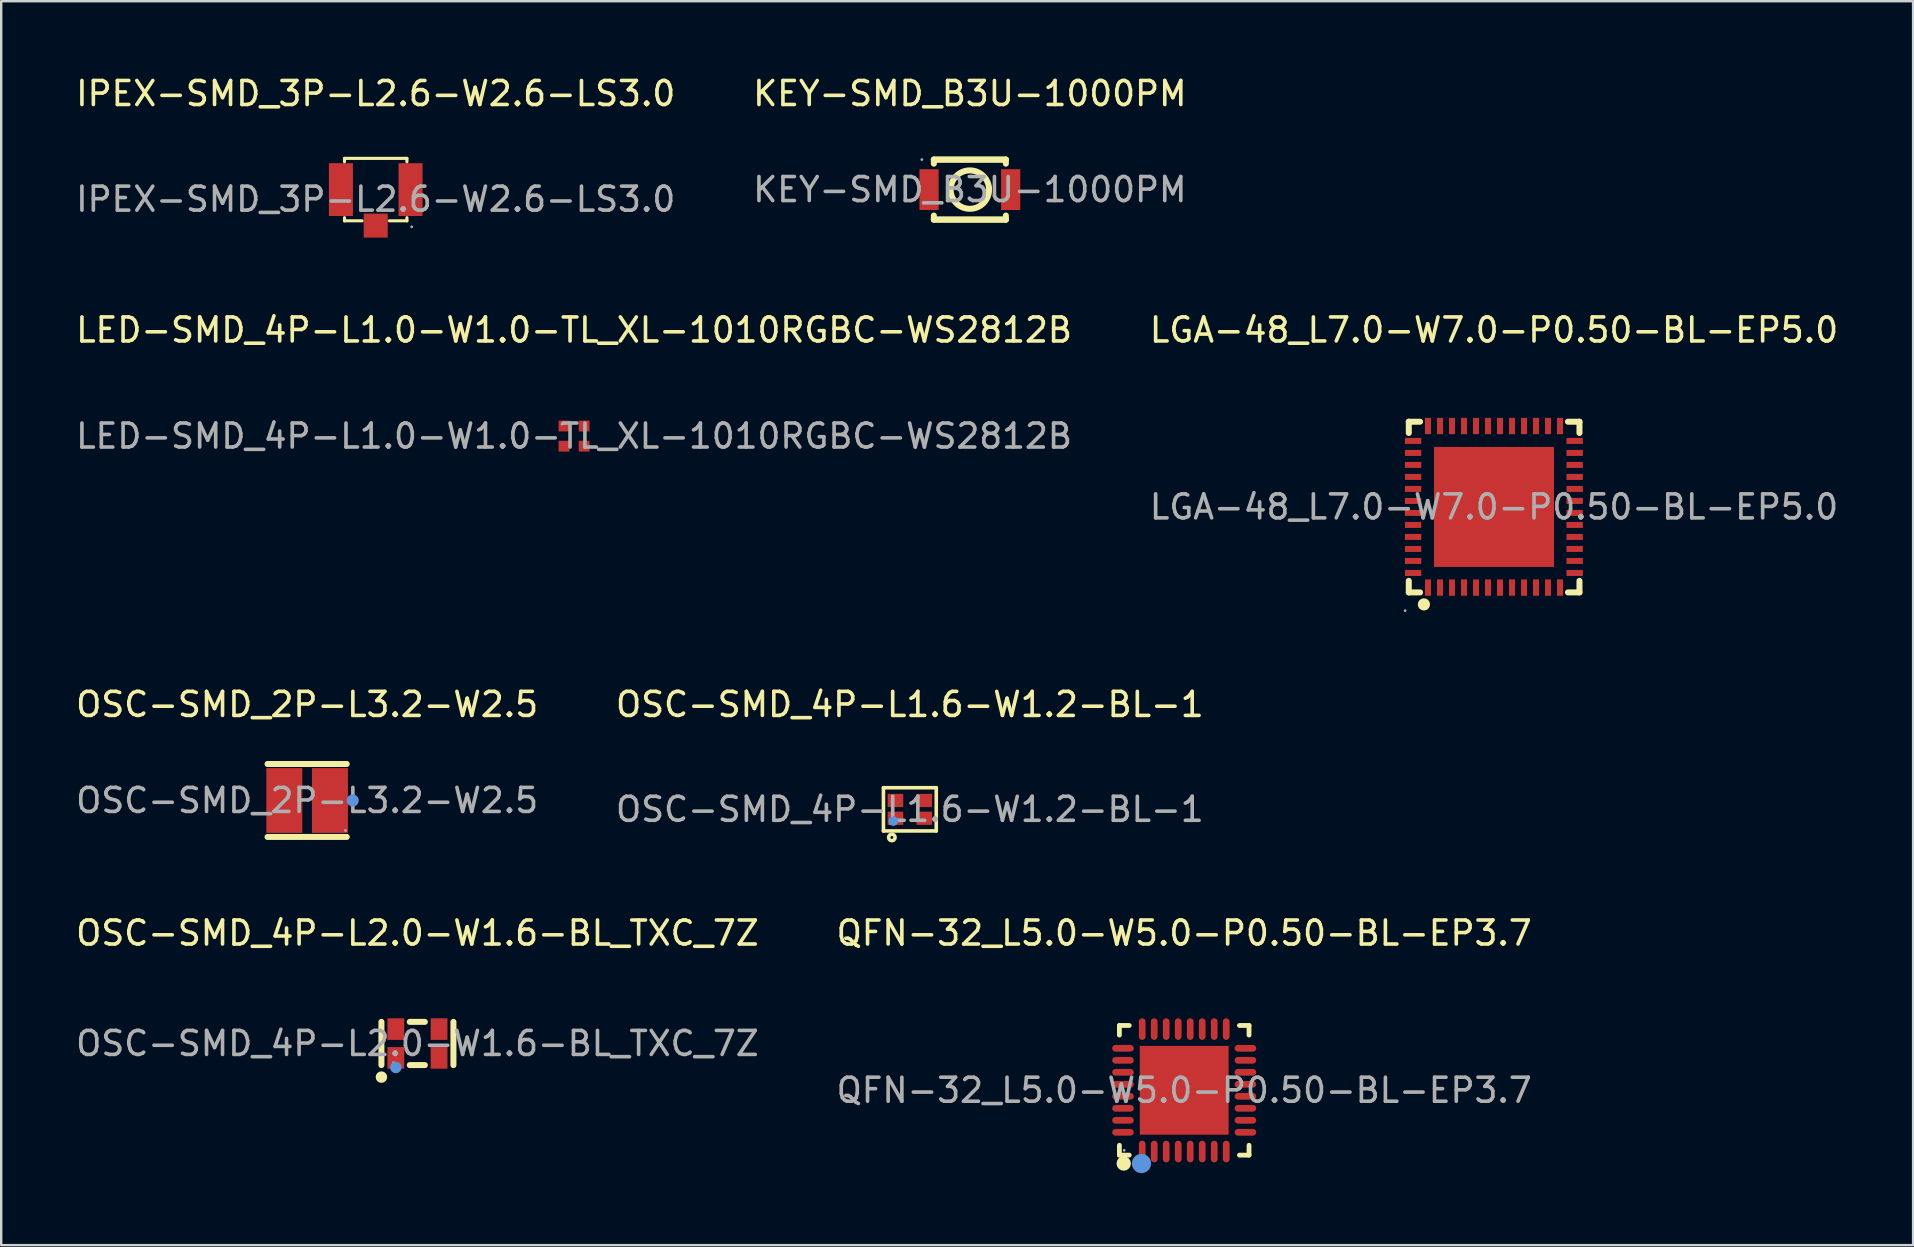
<source format=kicad_pcb>
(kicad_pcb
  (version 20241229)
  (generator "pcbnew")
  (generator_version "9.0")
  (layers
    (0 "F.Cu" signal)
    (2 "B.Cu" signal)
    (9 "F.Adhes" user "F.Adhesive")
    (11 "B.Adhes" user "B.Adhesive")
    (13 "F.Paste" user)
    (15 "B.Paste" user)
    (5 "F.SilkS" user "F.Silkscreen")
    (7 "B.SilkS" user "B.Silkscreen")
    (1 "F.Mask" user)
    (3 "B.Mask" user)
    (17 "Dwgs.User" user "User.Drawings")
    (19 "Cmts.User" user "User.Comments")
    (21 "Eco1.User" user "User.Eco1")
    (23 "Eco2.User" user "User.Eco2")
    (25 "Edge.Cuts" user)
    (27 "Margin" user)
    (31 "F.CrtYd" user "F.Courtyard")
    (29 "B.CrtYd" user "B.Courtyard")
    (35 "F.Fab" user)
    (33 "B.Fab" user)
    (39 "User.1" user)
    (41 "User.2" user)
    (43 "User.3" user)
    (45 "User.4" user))
  (footprint "LGA-48_L7.0-W7.0-P0.50-BL-EP5.0"
    (layer "F.Cu")
    (at 59.185 18.067)
    (property "Reference" "LGA-48_L7.0-W7.0-P0.50-BL-EP5.0" (at 0 -7.37 0) (layer "F.SilkS") (effects (font (size 1 1) (thickness 0.15))))
    (attr smd)
    (fp_line (start -3.55 -3.55) (end -3.55 -3.08) (stroke (width 0.25) (type solid)) (layer "F.SilkS"))
    (fp_line (start -3.55 3.08) (end -3.55 3.56) (stroke (width 0.25) (type solid)) (layer "F.SilkS"))
    (fp_line (start -3.55 3.56) (end -3.08 3.56) (stroke (width 0.25) (type solid)) (layer "F.SilkS"))
    (fp_line (start -3.08 -3.55) (end -3.55 -3.55) (stroke (width 0.25) (type solid)) (layer "F.SilkS"))
    (fp_line (start 3.08 3.56) (end 3.56 3.56) (stroke (width 0.25) (type solid)) (layer "F.SilkS"))
    (fp_line (start 3.56 -3.55) (end 3.08 -3.55) (stroke (width 0.25) (type solid)) (layer "F.SilkS"))
    (fp_line (start 3.56 -3.08) (end 3.56 -3.55) (stroke (width 0.25) (type solid)) (layer "F.SilkS"))
    (fp_line (start 3.56 3.56) (end 3.56 3.08) (stroke (width 0.25) (type solid)) (layer "F.SilkS"))
    (fp_circle (center -2.92 4.06) (end -2.79 4.06) (stroke (width 0.25) (type solid)) (fill no) (layer "F.SilkS"))
    (fp_circle (center -3.7 4.32) (end -3.67 4.32) (stroke (width 0.06) (type solid)) (fill no) (layer "F.Fab"))
    (fp_text user "${REFERENCE}" (at 0 0 0) (layer "F.Fab") (effects (font (size 1 1) (thickness 0.15))))
    (pad "1" smd rect (at -2.75 3.36) (size 0.25 0.68) (layers "F.Cu" "F.Mask" "F.Paste"))
    (pad "2" smd rect (at -2.25 3.36) (size 0.25 0.68) (layers "F.Cu" "F.Mask" "F.Paste"))
    (pad "3" smd rect (at -1.75 3.36) (size 0.25 0.68) (layers "F.Cu" "F.Mask" "F.Paste"))
    (pad "4" smd rect (at -1.25 3.36) (size 0.25 0.68) (layers "F.Cu" "F.Mask" "F.Paste"))
    (pad "5" smd rect (at -0.75 3.36) (size 0.25 0.68) (layers "F.Cu" "F.Mask" "F.Paste"))
    (pad "6" smd rect (at -0.25 3.36) (size 0.25 0.68) (layers "F.Cu" "F.Mask" "F.Paste"))
    (pad "7" smd rect (at 0.25 3.36) (size 0.25 0.68) (layers "F.Cu" "F.Mask" "F.Paste"))
    (pad "8" smd rect (at 0.75 3.36) (size 0.25 0.68) (layers "F.Cu" "F.Mask" "F.Paste"))
    (pad "9" smd rect (at 1.25 3.36) (size 0.25 0.68) (layers "F.Cu" "F.Mask" "F.Paste"))
    (pad "10" smd rect (at 1.75 3.36) (size 0.25 0.68) (layers "F.Cu" "F.Mask" "F.Paste"))
    (pad "11" smd rect (at 2.25 3.36) (size 0.25 0.68) (layers "F.Cu" "F.Mask" "F.Paste"))
    (pad "12" smd rect (at 2.75 3.36) (size 0.25 0.68) (layers "F.Cu" "F.Mask" "F.Paste"))
    (pad "13" smd rect (at 3.36 2.75 90) (size 0.25 0.68) (layers "F.Cu" "F.Mask" "F.Paste"))
    (pad "14" smd rect (at 3.36 2.25 90) (size 0.25 0.68) (layers "F.Cu" "F.Mask" "F.Paste"))
    (pad "15" smd rect (at 3.36 1.75 90) (size 0.25 0.68) (layers "F.Cu" "F.Mask" "F.Paste"))
    (pad "16" smd rect (at 3.36 1.25 90) (size 0.25 0.68) (layers "F.Cu" "F.Mask" "F.Paste"))
    (pad "17" smd rect (at 3.36 0.75 90) (size 0.25 0.68) (layers "F.Cu" "F.Mask" "F.Paste"))
    (pad "18" smd rect (at 3.36 0.25 90) (size 0.25 0.68) (layers "F.Cu" "F.Mask" "F.Paste"))
    (pad "19" smd rect (at 3.36 -0.25 90) (size 0.25 0.68) (layers "F.Cu" "F.Mask" "F.Paste"))
    (pad "20" smd rect (at 3.36 -0.75 90) (size 0.25 0.68) (layers "F.Cu" "F.Mask" "F.Paste"))
    (pad "21" smd rect (at 3.36 -1.25 90) (size 0.25 0.68) (layers "F.Cu" "F.Mask" "F.Paste"))
    (pad "22" smd rect (at 3.36 -1.75 90) (size 0.25 0.68) (layers "F.Cu" "F.Mask" "F.Paste"))
    (pad "23" smd rect (at 3.36 -2.25 90) (size 0.25 0.68) (layers "F.Cu" "F.Mask" "F.Paste"))
    (pad "24" smd rect (at 3.36 -2.75 90) (size 0.25 0.68) (layers "F.Cu" "F.Mask" "F.Paste"))
    (pad "25" smd rect (at 2.75 -3.37 180) (size 0.25 0.68) (layers "F.Cu" "F.Mask" "F.Paste"))
    (pad "26" smd rect (at 2.25 -3.37 180) (size 0.25 0.68) (layers "F.Cu" "F.Mask" "F.Paste"))
    (pad "27" smd rect (at 1.75 -3.37 180) (size 0.25 0.68) (layers "F.Cu" "F.Mask" "F.Paste"))
    (pad "28" smd rect (at 1.25 -3.37 180) (size 0.25 0.68) (layers "F.Cu" "F.Mask" "F.Paste"))
    (pad "29" smd rect (at 0.75 -3.37 180) (size 0.25 0.68) (layers "F.Cu" "F.Mask" "F.Paste"))
    (pad "30" smd rect (at 0.25 -3.37 180) (size 0.25 0.68) (layers "F.Cu" "F.Mask" "F.Paste"))
    (pad "31" smd rect (at -0.25 -3.37 180) (size 0.25 0.68) (layers "F.Cu" "F.Mask" "F.Paste"))
    (pad "32" smd rect (at -0.75 -3.37 180) (size 0.25 0.68) (layers "F.Cu" "F.Mask" "F.Paste"))
    (pad "33" smd rect (at -1.25 -3.37 180) (size 0.25 0.68) (layers "F.Cu" "F.Mask" "F.Paste"))
    (pad "34" smd rect (at -1.75 -3.37 180) (size 0.25 0.68) (layers "F.Cu" "F.Mask" "F.Paste"))
    (pad "35" smd rect (at -2.25 -3.37 180) (size 0.25 0.68) (layers "F.Cu" "F.Mask" "F.Paste"))
    (pad "36" smd rect (at -2.75 -3.37 180) (size 0.25 0.68) (layers "F.Cu" "F.Mask" "F.Paste"))
    (pad "37" smd rect (at -3.37 -2.75 270) (size 0.25 0.68) (layers "F.Cu" "F.Mask" "F.Paste"))
    (pad "38" smd rect (at -3.37 -2.25 270) (size 0.25 0.68) (layers "F.Cu" "F.Mask" "F.Paste"))
    (pad "39" smd rect (at -3.37 -1.75 270) (size 0.25 0.68) (layers "F.Cu" "F.Mask" "F.Paste"))
    (pad "40" smd rect (at -3.37 -1.25 270) (size 0.25 0.68) (layers "F.Cu" "F.Mask" "F.Paste"))
    (pad "41" smd rect (at -3.37 -0.75 270) (size 0.25 0.68) (layers "F.Cu" "F.Mask" "F.Paste"))
    (pad "42" smd rect (at -3.37 -0.25 270) (size 0.25 0.68) (layers "F.Cu" "F.Mask" "F.Paste"))
    (pad "43" smd rect (at -3.37 0.25 270) (size 0.25 0.68) (layers "F.Cu" "F.Mask" "F.Paste"))
    (pad "44" smd rect (at -3.37 0.75 270) (size 0.25 0.68) (layers "F.Cu" "F.Mask" "F.Paste"))
    (pad "45" smd rect (at -3.37 1.25 270) (size 0.25 0.68) (layers "F.Cu" "F.Mask" "F.Paste"))
    (pad "46" smd rect (at -3.37 1.75 270) (size 0.25 0.68) (layers "F.Cu" "F.Mask" "F.Paste"))
    (pad "47" smd rect (at -3.37 2.25 270) (size 0.25 0.68) (layers "F.Cu" "F.Mask" "F.Paste"))
    (pad "48" smd rect (at -3.37 2.75 270) (size 0.25 0.68) (layers "F.Cu" "F.Mask" "F.Paste"))
    (pad "49" smd rect (at 0 0 180) (size 5 5) (layers "F.Cu" "F.Mask" "F.Paste")))
  (footprint "LED-SMD_4P-L1.0-W1.0-TL_XL-1010RGBC-WS2812B"
    (layer "F.Cu")
    (at 20.863 15.117)
    (property "Reference" "LED-SMD_4P-L1.0-W1.0-TL_XL-1010RGBC-WS2812B" (at 0 -4.42 0) (layer "F.SilkS") (effects (font (size 1 1) (thickness 0.15))))
    (attr smd)
    (fp_circle (center -0.5 -0.5) (end -0.47 -0.5) (stroke (width 0.06) (type solid)) (fill no) (layer "F.Fab"))
    (fp_text user "${REFERENCE}" (at 0 0 0) (layer "F.Fab") (effects (font (size 1 1) (thickness 0.15))))
    (pad "1" smd rect (at -0.42 -0.42) (size 0.45 0.45) (layers "F.Cu" "F.Mask" "F.Paste"))
    (pad "2" smd rect (at 0.42 -0.42) (size 0.45 0.45) (layers "F.Cu" "F.Mask" "F.Paste"))
    (pad "3" smd rect (at -0.42 0.42) (size 0.45 0.45) (layers "F.Cu" "F.Mask" "F.Paste"))
    (pad "4" smd rect (at 0.42 0.42) (size 0.45 0.45) (layers "F.Cu" "F.Mask" "F.Paste")))
  (footprint "IPEX-SMD_3P-L2.6-W2.6-LS3.0"
    (layer "F.Cu")
    (at 12.601 5.248)
    (property "Reference" "IPEX-SMD_3P-L2.6-W2.6-LS3.0" (at 0 -4.4 0) (layer "F.SilkS") (effects (font (size 1 1) (thickness 0.15))))
    (attr smd)
    (fp_line (start -1.3 -1.7) (end -1.3 -1.56) (stroke (width 0.13) (type solid)) (layer "F.SilkS"))
    (fp_line (start -1.3 0.77) (end -1.3 0.9) (stroke (width 0.13) (type solid)) (layer "F.SilkS"))
    (fp_line (start -1.3 0.9) (end -0.57 0.9) (stroke (width 0.13) (type solid)) (layer "F.SilkS"))
    (fp_line (start 0.57 0.9) (end 1.3 0.9) (stroke (width 0.13) (type solid)) (layer "F.SilkS"))
    (fp_line (start 1.3 -1.7) (end -1.3 -1.7) (stroke (width 0.13) (type solid)) (layer "F.SilkS"))
    (fp_line (start 1.3 -1.56) (end 1.3 -1.7) (stroke (width 0.13) (type solid)) (layer "F.SilkS"))
    (fp_line (start 1.3 0.9) (end 1.3 0.77) (stroke (width 0.13) (type solid)) (layer "F.SilkS"))
    (fp_circle (center 1.5 1.15) (end 1.53 1.15) (stroke (width 0.06) (type solid)) (fill no) (layer "F.Fab"))
    (fp_rect (start -0.925 -1.5) (end 0.95 0.7) (stroke (width 0.1) (type default)) (fill no) (layer "User.2"))
    (fp_text user "${REFERENCE}" (at 0 0 0) (layer "F.Fab") (effects (font (size 1 1) (thickness 0.15))))
    (pad "1" smd rect (at 0 1.1) (size 1 1) (layers "F.Cu" "F.Mask" "F.Paste"))
    (pad "2" smd rect (at 1.45 -0.4 90) (size 2.2 1) (layers "F.Cu" "F.Mask" "F.Paste"))
    (pad "3" smd rect (at -1.45 -0.4 90) (size 2.2 1) (layers "F.Cu" "F.Mask" "F.Paste")))
  (footprint "OSC-SMD_4P-L1.6-W1.2-BL-1"
    (layer "F.Cu")
    (at 34.851 30.665)
    (property "Reference" "OSC-SMD_4P-L1.6-W1.2-BL-1" (at 0 -4.37 0) (layer "F.SilkS") (effects (font (size 1 1) (thickness 0.15))))
    (attr smd)
    (fp_line (start -1.1 -0.9) (end -1.1 0.9) (stroke (width 0.15) (type solid)) (layer "F.SilkS"))
    (fp_line (start -1.1 -0.9) (end 1.1 -0.9) (stroke (width 0.15) (type solid)) (layer "F.SilkS"))
    (fp_line (start -1.1 0.9) (end 1.1 0.9) (stroke (width 0.15) (type solid)) (layer "F.SilkS"))
    (fp_line (start 1.1 -0.9) (end 1.1 0.9) (stroke (width 0.15) (type solid)) (layer "F.SilkS"))
    (fp_circle (center -0.75 1.17) (end -0.69 1.17) (stroke (width 0.15) (type solid)) (fill no) (layer "F.SilkS"))
    (fp_circle (center -0.69 0.49) (end -0.59 0.49) (stroke (width 0.2) (type solid)) (fill no) (layer "Cmts.User"))
    (fp_circle (center -0.8 0.6) (end -0.77 0.6) (stroke (width 0.06) (type solid)) (fill no) (layer "F.Fab"))
    (fp_text user "${REFERENCE}" (at 0 0 0) (layer "F.Fab") (effects (font (size 1 1) (thickness 0.15))))
    (pad "1" smd rect (at -0.6 0.37) (size 0.65 0.55) (layers "F.Cu" "F.Mask" "F.Paste"))
    (pad "2" smd rect (at 0.6 0.37) (size 0.65 0.55) (layers "F.Cu" "F.Mask" "F.Paste"))
    (pad "3" smd rect (at 0.6 -0.37) (size 0.65 0.55) (layers "F.Cu" "F.Mask" "F.Paste"))
    (pad "4" smd rect (at -0.6 -0.37) (size 0.65 0.55) (layers "F.Cu" "F.Mask" "F.Paste")))
  (footprint "OSC-SMD_2P-L3.2-W2.5"
    (layer "F.Cu")
    (at 9.744 30.295)
    (property "Reference" "OSC-SMD_2P-L3.2-W2.5" (at 0 -4 0) (layer "F.SilkS") (effects (font (size 1 1) (thickness 0.15))))
    (attr smd)
    (fp_line (start 1.65 -1.52) (end -1.65 -1.52) (stroke (width 0.25) (type solid)) (layer "F.SilkS"))
    (fp_line (start 1.65 1.52) (end -1.65 1.52) (stroke (width 0.25) (type solid)) (layer "F.SilkS"))
    (fp_circle (center 1.9 0) (end 2.03 0) (stroke (width 0.25) (type solid)) (fill no) (layer "Cmts.User"))
    (fp_circle (center 1.6 1.25) (end 1.63 1.25) (stroke (width 0.06) (type solid)) (fill no) (layer "F.Fab"))
    (fp_text user "${REFERENCE}" (at 0 0 0) (layer "F.Fab") (effects (font (size 1 1) (thickness 0.15))))
    (pad "1" smd rect (at 0.95 0) (size 1.5 2.7) (layers "F.Cu" "F.Mask" "F.Paste"))
    (pad "2" smd rect (at -0.95 0) (size 1.5 2.7) (layers "F.Cu" "F.Mask" "F.Paste")))
  (footprint "KEY-SMD_B3U-1000PM"
    (layer "F.Cu")
    (at 37.351 4.848)
    (property "Reference" "KEY-SMD_B3U-1000PM" (at 0 -4 0) (layer "F.SilkS") (effects (font (size 1 1) (thickness 0.15))))
    (attr smd)
    (fp_line (start -1.5 -1.25) (end 1.5 -1.25) (stroke (width 0.25) (type solid)) (layer "F.SilkS"))
    (fp_line (start -1.5 -1.25) (end 1.5 -1.25) (stroke (width 0.25) (type solid)) (layer "F.SilkS"))
    (fp_line (start -1.5 -1.08) (end -1.5 -1.25) (stroke (width 0.25) (type solid)) (layer "F.SilkS"))
    (fp_line (start -1.5 1.25) (end -1.5 1.08) (stroke (width 0.25) (type solid)) (layer "F.SilkS"))
    (fp_line (start -1.5 1.25) (end 1.5 1.25) (stroke (width 0.25) (type solid)) (layer "F.SilkS"))
    (fp_line (start 1.5 -1.25) (end 1.5 -1.08) (stroke (width 0.25) (type solid)) (layer "F.SilkS"))
    (fp_line (start 1.5 1.08) (end 1.5 1.25) (stroke (width 0.25) (type solid)) (layer "F.SilkS"))
    (fp_line (start 1.5 1.25) (end -1.5 1.25) (stroke (width 0.25) (type solid)) (layer "F.SilkS"))
    (fp_circle (center 0 0) (end 0.8 0) (stroke (width 0.25) (type solid)) (fill no) (layer "F.SilkS"))
    (fp_circle (center -2 -1.25) (end -1.97 -1.25) (stroke (width 0.06) (type solid)) (fill no) (layer "F.Fab"))
    (fp_text user "${REFERENCE}" (at 0 0 0) (layer "F.Fab") (effects (font (size 1 1) (thickness 0.15))))
    (pad "1" smd rect (at -1.7 0) (size 0.8 1.7) (layers "F.Cu" "F.Mask" "F.Paste"))
    (pad "2" smd rect (at 1.7 0) (size 0.8 1.7) (layers "F.Cu" "F.Mask" "F.Paste")))
  (footprint "OSC-SMD_4P-L2.0-W1.6-BL_TXC_7Z"
    (layer "F.Cu")
    (at 14.339 40.418)
    (property "Reference" "OSC-SMD_4P-L2.0-W1.6-BL_TXC_7Z" (at 0 -4.6 0) (layer "F.SilkS") (effects (font (size 1 1) (thickness 0.15))))
    (attr smd)
    (fp_line (start -1.5 -0.9) (end -1.5 0.9) (stroke (width 0.25) (type solid)) (layer "F.SilkS"))
    (fp_line (start -0.32 -0.9) (end 0.31 -0.9) (stroke (width 0.25) (type solid)) (layer "F.SilkS"))
    (fp_line (start -0.32 0.9) (end 0.31 0.9) (stroke (width 0.25) (type solid)) (layer "F.SilkS"))
    (fp_line (start 1.5 -0.9) (end 1.5 0.9) (stroke (width 0.25) (type solid)) (layer "F.SilkS"))
    (fp_circle (center -1.5 1.4) (end -1.38 1.4) (stroke (width 0.24) (type solid)) (fill no) (layer "F.SilkS"))
    (fp_circle (center -0.9 1) (end -0.78 1) (stroke (width 0.24) (type solid)) (fill no) (layer "Cmts.User"))
    (fp_circle (center -1 0.8) (end -0.97 0.8) (stroke (width 0.06) (type solid)) (fill no) (layer "F.Fab"))
    (fp_text user "${REFERENCE}" (at 0 0 0) (layer "F.Fab") (effects (font (size 1 1) (thickness 0.15))))
    (pad "1" smd rect (at -0.9 0.6 270) (size 0.9 0.7) (layers "F.Cu" "F.Mask" "F.Paste"))
    (pad "2" smd rect (at 0.9 0.6 270) (size 0.9 0.7) (layers "F.Cu" "F.Mask" "F.Paste"))
    (pad "3" smd rect (at 0.9 -0.6 270) (size 0.9 0.7) (layers "F.Cu" "F.Mask" "F.Paste"))
    (pad "4" smd rect (at -0.9 -0.6 270) (size 0.9 0.7) (layers "F.Cu" "F.Mask" "F.Paste")))
  (footprint "QFN-32_L5.0-W5.0-P0.50-BL-EP3.7"
    (layer "F.Cu")
    (at 46.28 42.368)
    (property "Reference" "QFN-32_L5.0-W5.0-P0.50-BL-EP3.7" (at 0 -6.55 0) (layer "F.SilkS") (effects (font (size 1 1) (thickness 0.15))))
    (attr smd)
    (fp_line (start -2.7 -2.7) (end -2.29 -2.7) (stroke (width 0.2) (type solid)) (layer "F.SilkS"))
    (fp_line (start -2.7 -2.3) (end -2.7 -2.7) (stroke (width 0.2) (type solid)) (layer "F.SilkS"))
    (fp_line (start -2.7 2.7) (end -2.7 2.29) (stroke (width 0.2) (type solid)) (layer "F.SilkS"))
    (fp_line (start -2.29 2.7) (end -2.7 2.7) (stroke (width 0.2) (type solid)) (layer "F.SilkS"))
    (fp_line (start 2.3 2.7) (end 2.7 2.7) (stroke (width 0.2) (type solid)) (layer "F.SilkS"))
    (fp_line (start 2.7 -2.7) (end 2.3 -2.7) (stroke (width 0.2) (type solid)) (layer "F.SilkS"))
    (fp_line (start 2.7 -2.3) (end 2.7 -2.7) (stroke (width 0.2) (type solid)) (layer "F.SilkS"))
    (fp_line (start 2.7 2.7) (end 2.7 2.29) (stroke (width 0.2) (type solid)) (layer "F.SilkS"))
    (fp_arc (start -2.52 3.05) (mid -2.52 3.05) (end -2.52 3.05) (stroke (width 0.3) (type solid)) (layer "F.SilkS"))
    (fp_circle (center -1.78 3.05) (end -1.58 3.05) (stroke (width 0.4) (type solid)) (fill no) (layer "Cmts.User"))
    (fp_circle (center -2.5 2.5) (end -2.47 2.5) (stroke (width 0.06) (type solid)) (fill no) (layer "F.Fab"))
    (fp_text user "${REFERENCE}" (at 0 0 0) (layer "F.Fab") (effects (font (size 1 1) (thickness 0.15))))
    (pad "1" smd oval (at -1.75 2.55) (size 0.28 0.9) (layers "F.Cu" "F.Mask" "F.Paste"))
    (pad "2" smd oval (at -1.25 2.55) (size 0.28 0.9) (layers "F.Cu" "F.Mask" "F.Paste"))
    (pad "3" smd oval (at -0.75 2.55) (size 0.28 0.9) (layers "F.Cu" "F.Mask" "F.Paste"))
    (pad "4" smd oval (at -0.25 2.55) (size 0.28 0.9) (layers "F.Cu" "F.Mask" "F.Paste"))
    (pad "5" smd oval (at 0.25 2.55) (size 0.28 0.9) (layers "F.Cu" "F.Mask" "F.Paste"))
    (pad "6" smd oval (at 0.75 2.55) (size 0.28 0.9) (layers "F.Cu" "F.Mask" "F.Paste"))
    (pad "7" smd oval (at 1.25 2.55) (size 0.28 0.9) (layers "F.Cu" "F.Mask" "F.Paste"))
    (pad "8" smd oval (at 1.75 2.55) (size 0.28 0.9) (layers "F.Cu" "F.Mask" "F.Paste"))
    (pad "9" smd oval (at 2.55 1.75) (size 0.9 0.28) (layers "F.Cu" "F.Mask" "F.Paste"))
    (pad "10" smd oval (at 2.55 1.25) (size 0.9 0.28) (layers "F.Cu" "F.Mask" "F.Paste"))
    (pad "11" smd oval (at 2.55 0.75) (size 0.9 0.28) (layers "F.Cu" "F.Mask" "F.Paste"))
    (pad "12" smd oval (at 2.55 0.25) (size 0.9 0.28) (layers "F.Cu" "F.Mask" "F.Paste"))
    (pad "13" smd oval (at 2.55 -0.25) (size 0.9 0.28) (layers "F.Cu" "F.Mask" "F.Paste"))
    (pad "14" smd oval (at 2.55 -0.75) (size 0.9 0.28) (layers "F.Cu" "F.Mask" "F.Paste"))
    (pad "15" smd oval (at 2.55 -1.25) (size 0.9 0.28) (layers "F.Cu" "F.Mask" "F.Paste"))
    (pad "16" smd oval (at 2.55 -1.75) (size 0.9 0.28) (layers "F.Cu" "F.Mask" "F.Paste"))
    (pad "17" smd oval (at 1.75 -2.55) (size 0.28 0.9) (layers "F.Cu" "F.Mask" "F.Paste"))
    (pad "18" smd oval (at 1.25 -2.55) (size 0.28 0.9) (layers "F.Cu" "F.Mask" "F.Paste"))
    (pad "19" smd oval (at 0.75 -2.55) (size 0.28 0.9) (layers "F.Cu" "F.Mask" "F.Paste"))
    (pad "20" smd oval (at 0.25 -2.55) (size 0.28 0.9) (layers "F.Cu" "F.Mask" "F.Paste"))
    (pad "21" smd oval (at -0.25 -2.55) (size 0.28 0.9) (layers "F.Cu" "F.Mask" "F.Paste"))
    (pad "22" smd oval (at -0.75 -2.55) (size 0.28 0.9) (layers "F.Cu" "F.Mask" "F.Paste"))
    (pad "23" smd oval (at -1.25 -2.55) (size 0.28 0.9) (layers "F.Cu" "F.Mask" "F.Paste"))
    (pad "24" smd oval (at -1.75 -2.55) (size 0.28 0.9) (layers "F.Cu" "F.Mask" "F.Paste"))
    (pad "25" smd oval (at -2.55 -1.75) (size 0.9 0.28) (layers "F.Cu" "F.Mask" "F.Paste"))
    (pad "26" smd oval (at -2.55 -1.25) (size 0.9 0.28) (layers "F.Cu" "F.Mask" "F.Paste"))
    (pad "27" smd oval (at -2.55 -0.75) (size 0.9 0.28) (layers "F.Cu" "F.Mask" "F.Paste"))
    (pad "28" smd oval (at -2.55 -0.25) (size 0.9 0.28) (layers "F.Cu" "F.Mask" "F.Paste"))
    (pad "29" smd oval (at -2.55 0.25) (size 0.9 0.28) (layers "F.Cu" "F.Mask" "F.Paste"))
    (pad "30" smd oval (at -2.55 0.75) (size 0.9 0.28) (layers "F.Cu" "F.Mask" "F.Paste"))
    (pad "31" smd oval (at -2.55 1.25) (size 0.9 0.28) (layers "F.Cu" "F.Mask" "F.Paste"))
    (pad "32" smd oval (at -2.55 1.75) (size 0.9 0.28) (layers "F.Cu" "F.Mask" "F.Paste"))
    (pad "33" smd rect (at 0 0) (size 3.7 3.7) (layers "F.Cu" "F.Mask" "F.Paste")))
  (gr_rect
    (start -3 -3)
    (end 76.643 48.818)
    (stroke (width 0.1) (type default))
    (fill no)
    (layer "Edge.Cuts")))
</source>
